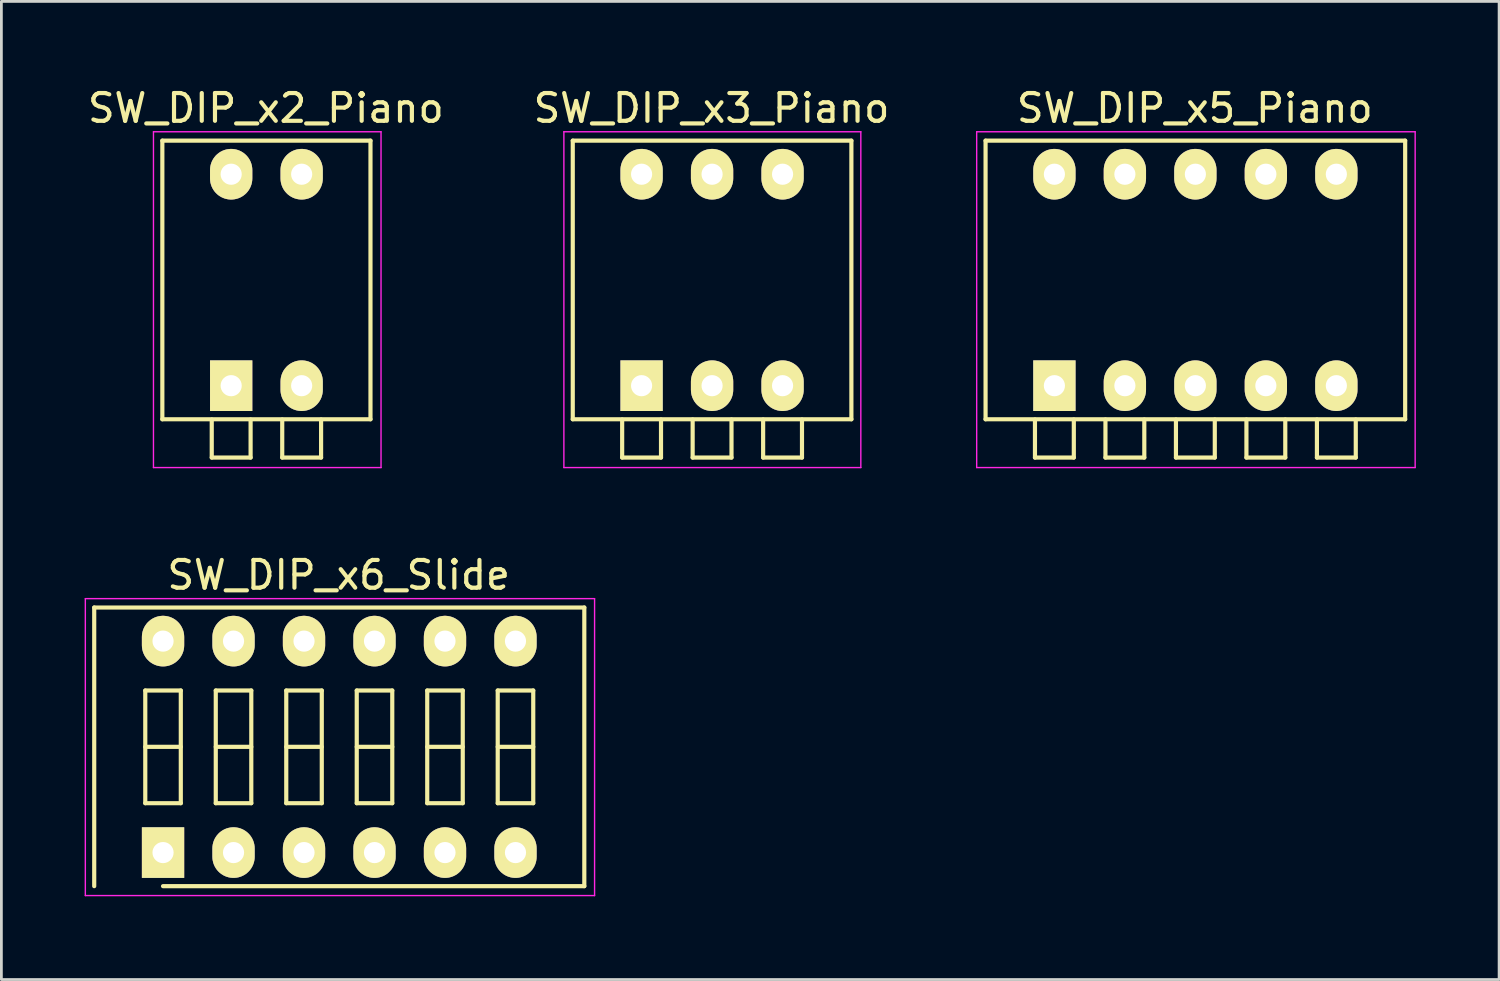
<source format=kicad_pcb>
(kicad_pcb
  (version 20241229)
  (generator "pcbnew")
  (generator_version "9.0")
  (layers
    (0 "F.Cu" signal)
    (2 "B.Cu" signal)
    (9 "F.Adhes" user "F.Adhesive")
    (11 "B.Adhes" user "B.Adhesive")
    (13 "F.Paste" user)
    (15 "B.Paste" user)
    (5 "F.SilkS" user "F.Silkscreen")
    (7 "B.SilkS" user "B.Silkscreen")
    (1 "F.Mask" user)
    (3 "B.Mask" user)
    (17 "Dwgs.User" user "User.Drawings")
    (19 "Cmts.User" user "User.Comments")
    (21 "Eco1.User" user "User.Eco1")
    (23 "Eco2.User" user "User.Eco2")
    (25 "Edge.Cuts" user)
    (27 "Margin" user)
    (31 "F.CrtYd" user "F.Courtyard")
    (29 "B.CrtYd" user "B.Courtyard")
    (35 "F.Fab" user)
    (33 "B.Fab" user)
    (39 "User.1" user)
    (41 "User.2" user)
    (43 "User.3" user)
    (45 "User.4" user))
  (footprint "SW_DIP_x3_Piano"
    (layer "F.Cu")
    (at 20.069 10.848)
    (property "Reference" "SW_DIP_x3_Piano" (at 2.52 -10 0) (layer "F.SilkS") (effects (font (size 1 1) (thickness 0.15))))
    (attr through_hole)
    (fp_line (start -2.48 -8.83) (end 7.56 -8.83) (stroke (width 0.15) (type solid)) (layer "F.SilkS"))
    (fp_line (start -2.48 1.21) (end -2.48 -8.83) (stroke (width 0.15) (type solid)) (layer "F.SilkS"))
    (fp_line (start -0.7 1.22) (end -0.7 2.59) (stroke (width 0.15) (type solid)) (layer "F.SilkS"))
    (fp_line (start -0.7 2.59) (end 0.7 2.59) (stroke (width 0.15) (type solid)) (layer "F.SilkS"))
    (fp_line (start 0.7 2.59) (end 0.7 1.22) (stroke (width 0.15) (type solid)) (layer "F.SilkS"))
    (fp_line (start 1.84 1.22) (end 1.84 2.59) (stroke (width 0.15) (type solid)) (layer "F.SilkS"))
    (fp_line (start 1.84 2.59) (end 3.24 2.59) (stroke (width 0.15) (type solid)) (layer "F.SilkS"))
    (fp_line (start 3.24 2.59) (end 3.24 1.22) (stroke (width 0.15) (type solid)) (layer "F.SilkS"))
    (fp_line (start 4.38 1.22) (end 4.38 2.59) (stroke (width 0.15) (type solid)) (layer "F.SilkS"))
    (fp_line (start 4.38 2.59) (end 5.78 2.59) (stroke (width 0.15) (type solid)) (layer "F.SilkS"))
    (fp_line (start 5.78 2.59) (end 5.78 1.22) (stroke (width 0.15) (type solid)) (layer "F.SilkS"))
    (fp_line (start 7.56 -8.83) (end 7.56 1.21) (stroke (width 0.15) (type solid)) (layer "F.SilkS"))
    (fp_line (start 7.56 1.21) (end -2.48 1.21) (stroke (width 0.15) (type solid)) (layer "F.SilkS"))
    (fp_line (start -2.8 -9.15) (end -2.8 2.95) (stroke (width 0.05) (type solid)) (layer "F.CrtYd"))
    (fp_line (start -2.8 2.95) (end 7.9 2.95) (stroke (width 0.05) (type solid)) (layer "F.CrtYd"))
    (fp_line (start 7.9 -9.15) (end -2.8 -9.15) (stroke (width 0.05) (type solid)) (layer "F.CrtYd"))
    (fp_line (start 7.9 2.95) (end 7.9 -9.15) (stroke (width 0.05) (type solid)) (layer "F.CrtYd"))
    (pad "1" thru_hole rect (at 0 0) (size 1.524 1.824) (drill 0.762) (layers "*.Cu" "*.Mask" "F.SilkS"))
    (pad "2" thru_hole oval (at 2.54 0) (size 1.524 1.824) (drill 0.762) (layers "*.Cu" "*.Mask" "F.SilkS"))
    (pad "3" thru_hole oval (at 5.08 0) (size 1.524 1.824) (drill 0.762) (layers "*.Cu" "*.Mask" "F.SilkS"))
    (pad "4" thru_hole oval (at 5.08 -7.62) (size 1.524 1.824) (drill 0.762) (layers "*.Cu" "*.Mask" "F.SilkS"))
    (pad "5" thru_hole oval (at 2.54 -7.62) (size 1.524 1.824) (drill 0.762) (layers "*.Cu" "*.Mask" "F.SilkS"))
    (pad "6" thru_hole oval (at 0 -7.62) (size 1.524 1.824) (drill 0.762) (layers "*.Cu" "*.Mask" "F.SilkS")))
  (footprint "SW_DIP_x6_Slide"
    (layer "F.Cu")
    (at 2.825 27.672)
    (property "Reference" "SW_DIP_x6_Slide" (at 6.33 -10 0) (layer "F.SilkS") (effects (font (size 1 1) (thickness 0.15))))
    (attr through_hole)
    (fp_line (start -2.48 -8.83) (end 15.18 -8.83) (stroke (width 0.15) (type solid)) (layer "F.SilkS"))
    (fp_line (start -2.48 1.21) (end -2.48 -8.83) (stroke (width 0.15) (type solid)) (layer "F.SilkS"))
    (fp_line (start -0.64 -5.84) (end -0.64 -1.78) (stroke (width 0.15) (type solid)) (layer "F.SilkS"))
    (fp_line (start -0.64 -3.81) (end 0.64 -3.81) (stroke (width 0.15) (type solid)) (layer "F.SilkS"))
    (fp_line (start -0.64 -1.78) (end 0.64 -1.78) (stroke (width 0.15) (type solid)) (layer "F.SilkS"))
    (fp_line (start 0.64 -5.84) (end -0.64 -5.84) (stroke (width 0.15) (type solid)) (layer "F.SilkS"))
    (fp_line (start 0.64 -1.78) (end 0.64 -5.84) (stroke (width 0.15) (type solid)) (layer "F.SilkS"))
    (fp_line (start 1.9 -5.84) (end 1.9 -1.78) (stroke (width 0.15) (type solid)) (layer "F.SilkS"))
    (fp_line (start 1.9 -3.81) (end 3.18 -3.81) (stroke (width 0.15) (type solid)) (layer "F.SilkS"))
    (fp_line (start 1.9 -1.78) (end 3.18 -1.78) (stroke (width 0.15) (type solid)) (layer "F.SilkS"))
    (fp_line (start 3.18 -5.84) (end 1.9 -5.84) (stroke (width 0.15) (type solid)) (layer "F.SilkS"))
    (fp_line (start 3.18 -1.78) (end 3.18 -5.84) (stroke (width 0.15) (type solid)) (layer "F.SilkS"))
    (fp_line (start 4.44 -5.84) (end 4.44 -1.78) (stroke (width 0.15) (type solid)) (layer "F.SilkS"))
    (fp_line (start 4.44 -3.81) (end 5.72 -3.81) (stroke (width 0.15) (type solid)) (layer "F.SilkS"))
    (fp_line (start 4.44 -1.78) (end 5.72 -1.78) (stroke (width 0.15) (type solid)) (layer "F.SilkS"))
    (fp_line (start 5.72 -5.84) (end 4.44 -5.84) (stroke (width 0.15) (type solid)) (layer "F.SilkS"))
    (fp_line (start 5.72 -1.78) (end 5.72 -5.84) (stroke (width 0.15) (type solid)) (layer "F.SilkS"))
    (fp_line (start 6.98 -5.84) (end 6.98 -1.78) (stroke (width 0.15) (type solid)) (layer "F.SilkS"))
    (fp_line (start 6.98 -3.81) (end 8.26 -3.81) (stroke (width 0.15) (type solid)) (layer "F.SilkS"))
    (fp_line (start 6.98 -1.78) (end 8.26 -1.78) (stroke (width 0.15) (type solid)) (layer "F.SilkS"))
    (fp_line (start 8.26 -5.84) (end 6.98 -5.84) (stroke (width 0.15) (type solid)) (layer "F.SilkS"))
    (fp_line (start 8.26 -1.78) (end 8.26 -5.84) (stroke (width 0.15) (type solid)) (layer "F.SilkS"))
    (fp_line (start 9.52 -5.84) (end 9.52 -1.78) (stroke (width 0.15) (type solid)) (layer "F.SilkS"))
    (fp_line (start 9.52 -3.81) (end 10.8 -3.81) (stroke (width 0.15) (type solid)) (layer "F.SilkS"))
    (fp_line (start 9.52 -1.78) (end 10.8 -1.78) (stroke (width 0.15) (type solid)) (layer "F.SilkS"))
    (fp_line (start 10.8 -5.84) (end 9.52 -5.84) (stroke (width 0.15) (type solid)) (layer "F.SilkS"))
    (fp_line (start 10.8 -1.78) (end 10.8 -5.84) (stroke (width 0.15) (type solid)) (layer "F.SilkS"))
    (fp_line (start 12.06 -5.84) (end 12.06 -1.78) (stroke (width 0.15) (type solid)) (layer "F.SilkS"))
    (fp_line (start 12.06 -3.81) (end 13.34 -3.81) (stroke (width 0.15) (type solid)) (layer "F.SilkS"))
    (fp_line (start 12.06 -1.78) (end 13.34 -1.78) (stroke (width 0.15) (type solid)) (layer "F.SilkS"))
    (fp_line (start 13.34 -5.84) (end 12.06 -5.84) (stroke (width 0.15) (type solid)) (layer "F.SilkS"))
    (fp_line (start 13.34 -1.78) (end 13.34 -5.84) (stroke (width 0.15) (type solid)) (layer "F.SilkS"))
    (fp_line (start 15.18 -8.83) (end 15.18 1.21) (stroke (width 0.15) (type solid)) (layer "F.SilkS"))
    (fp_line (start 15.18 1.21) (end 0 1.21) (stroke (width 0.15) (type solid)) (layer "F.SilkS"))
    (fp_line (start -2.8 -9.15) (end -2.8 1.55) (stroke (width 0.05) (type solid)) (layer "F.CrtYd"))
    (fp_line (start -2.8 1.55) (end 15.55 1.55) (stroke (width 0.05) (type solid)) (layer "F.CrtYd"))
    (fp_line (start 15.55 -9.15) (end -2.8 -9.15) (stroke (width 0.05) (type solid)) (layer "F.CrtYd"))
    (fp_line (start 15.55 1.55) (end 15.55 -9.15) (stroke (width 0.05) (type solid)) (layer "F.CrtYd"))
    (pad "1" thru_hole rect (at 0 0) (size 1.524 1.824) (drill 0.762) (layers "*.Cu" "*.Mask" "F.SilkS"))
    (pad "2" thru_hole oval (at 2.54 0) (size 1.524 1.824) (drill 0.762) (layers "*.Cu" "*.Mask" "F.SilkS"))
    (pad "3" thru_hole oval (at 5.08 0) (size 1.524 1.824) (drill 0.762) (layers "*.Cu" "*.Mask" "F.SilkS"))
    (pad "4" thru_hole oval (at 7.62 0) (size 1.524 1.824) (drill 0.762) (layers "*.Cu" "*.Mask" "F.SilkS"))
    (pad "5" thru_hole oval (at 10.16 0) (size 1.524 1.824) (drill 0.762) (layers "*.Cu" "*.Mask" "F.SilkS"))
    (pad "6" thru_hole oval (at 12.7 0) (size 1.524 1.824) (drill 0.762) (layers "*.Cu" "*.Mask" "F.SilkS"))
    (pad "7" thru_hole oval (at 12.7 -7.62) (size 1.524 1.824) (drill 0.762) (layers "*.Cu" "*.Mask" "F.SilkS"))
    (pad "8" thru_hole oval (at 10.16 -7.62) (size 1.524 1.824) (drill 0.762) (layers "*.Cu" "*.Mask" "F.SilkS"))
    (pad "9" thru_hole oval (at 7.62 -7.62) (size 1.524 1.824) (drill 0.762) (layers "*.Cu" "*.Mask" "F.SilkS"))
    (pad "10" thru_hole oval (at 5.08 -7.62) (size 1.524 1.824) (drill 0.762) (layers "*.Cu" "*.Mask" "F.SilkS"))
    (pad "11" thru_hole oval (at 2.54 -7.62) (size 1.524 1.824) (drill 0.762) (layers "*.Cu" "*.Mask" "F.SilkS"))
    (pad "12" thru_hole oval (at 0 -7.62) (size 1.524 1.824) (drill 0.762) (layers "*.Cu" "*.Mask" "F.SilkS")))
  (footprint "SW_DIP_x5_Piano"
    (layer "F.Cu")
    (at 34.944 10.848)
    (property "Reference" "SW_DIP_x5_Piano" (at 5.06 -10 0) (layer "F.SilkS") (effects (font (size 1 1) (thickness 0.15))))
    (attr through_hole)
    (fp_line (start -2.48 -8.83) (end 12.64 -8.83) (stroke (width 0.15) (type solid)) (layer "F.SilkS"))
    (fp_line (start -2.48 1.21) (end -2.48 -8.83) (stroke (width 0.15) (type solid)) (layer "F.SilkS"))
    (fp_line (start -0.7 1.22) (end -0.7 2.59) (stroke (width 0.15) (type solid)) (layer "F.SilkS"))
    (fp_line (start -0.7 2.59) (end 0.7 2.59) (stroke (width 0.15) (type solid)) (layer "F.SilkS"))
    (fp_line (start 0.7 2.59) (end 0.7 1.22) (stroke (width 0.15) (type solid)) (layer "F.SilkS"))
    (fp_line (start 1.84 1.22) (end 1.84 2.59) (stroke (width 0.15) (type solid)) (layer "F.SilkS"))
    (fp_line (start 1.84 2.59) (end 3.24 2.59) (stroke (width 0.15) (type solid)) (layer "F.SilkS"))
    (fp_line (start 3.24 2.59) (end 3.24 1.22) (stroke (width 0.15) (type solid)) (layer "F.SilkS"))
    (fp_line (start 4.38 1.22) (end 4.38 2.59) (stroke (width 0.15) (type solid)) (layer "F.SilkS"))
    (fp_line (start 4.38 2.59) (end 5.78 2.59) (stroke (width 0.15) (type solid)) (layer "F.SilkS"))
    (fp_line (start 5.78 2.59) (end 5.78 1.22) (stroke (width 0.15) (type solid)) (layer "F.SilkS"))
    (fp_line (start 6.92 1.22) (end 6.92 2.59) (stroke (width 0.15) (type solid)) (layer "F.SilkS"))
    (fp_line (start 6.92 2.59) (end 8.32 2.59) (stroke (width 0.15) (type solid)) (layer "F.SilkS"))
    (fp_line (start 8.32 2.59) (end 8.32 1.22) (stroke (width 0.15) (type solid)) (layer "F.SilkS"))
    (fp_line (start 9.46 1.22) (end 9.46 2.59) (stroke (width 0.15) (type solid)) (layer "F.SilkS"))
    (fp_line (start 9.46 2.59) (end 10.86 2.59) (stroke (width 0.15) (type solid)) (layer "F.SilkS"))
    (fp_line (start 10.86 2.59) (end 10.86 1.22) (stroke (width 0.15) (type solid)) (layer "F.SilkS"))
    (fp_line (start 12.64 -8.83) (end 12.64 1.21) (stroke (width 0.15) (type solid)) (layer "F.SilkS"))
    (fp_line (start 12.64 1.21) (end -2.48 1.21) (stroke (width 0.15) (type solid)) (layer "F.SilkS"))
    (fp_line (start -2.8 -9.15) (end -2.8 2.95) (stroke (width 0.05) (type solid)) (layer "F.CrtYd"))
    (fp_line (start -2.8 2.95) (end 13 2.95) (stroke (width 0.05) (type solid)) (layer "F.CrtYd"))
    (fp_line (start 13 -9.15) (end -2.8 -9.15) (stroke (width 0.05) (type solid)) (layer "F.CrtYd"))
    (fp_line (start 13 2.95) (end 13 -9.15) (stroke (width 0.05) (type solid)) (layer "F.CrtYd"))
    (pad "1" thru_hole rect (at 0 0) (size 1.524 1.824) (drill 0.762) (layers "*.Cu" "*.Mask" "F.SilkS"))
    (pad "2" thru_hole oval (at 2.54 0) (size 1.524 1.824) (drill 0.762) (layers "*.Cu" "*.Mask" "F.SilkS"))
    (pad "3" thru_hole oval (at 5.08 0) (size 1.524 1.824) (drill 0.762) (layers "*.Cu" "*.Mask" "F.SilkS"))
    (pad "4" thru_hole oval (at 7.62 0) (size 1.524 1.824) (drill 0.762) (layers "*.Cu" "*.Mask" "F.SilkS"))
    (pad "5" thru_hole oval (at 10.16 0) (size 1.524 1.824) (drill 0.762) (layers "*.Cu" "*.Mask" "F.SilkS"))
    (pad "6" thru_hole oval (at 10.16 -7.62) (size 1.524 1.824) (drill 0.762) (layers "*.Cu" "*.Mask" "F.SilkS"))
    (pad "7" thru_hole oval (at 7.62 -7.62) (size 1.524 1.824) (drill 0.762) (layers "*.Cu" "*.Mask" "F.SilkS"))
    (pad "8" thru_hole oval (at 5.08 -7.62) (size 1.524 1.824) (drill 0.762) (layers "*.Cu" "*.Mask" "F.SilkS"))
    (pad "9" thru_hole oval (at 2.54 -7.62) (size 1.524 1.824) (drill 0.762) (layers "*.Cu" "*.Mask" "F.SilkS"))
    (pad "10" thru_hole oval (at 0 -7.62) (size 1.524 1.824) (drill 0.762) (layers "*.Cu" "*.Mask" "F.SilkS")))
  (footprint "SW_DIP_x2_Piano"
    (layer "F.Cu")
    (at 5.28 10.848)
    (property "Reference" "SW_DIP_x2_Piano" (at 1.25 -10 0) (layer "F.SilkS") (effects (font (size 1 1) (thickness 0.15))))
    (attr through_hole)
    (fp_line (start -2.48 -8.83) (end 5.02 -8.83) (stroke (width 0.15) (type solid)) (layer "F.SilkS"))
    (fp_line (start -2.48 1.21) (end -2.48 -8.83) (stroke (width 0.15) (type solid)) (layer "F.SilkS"))
    (fp_line (start -0.7 1.22) (end -0.7 2.59) (stroke (width 0.15) (type solid)) (layer "F.SilkS"))
    (fp_line (start -0.7 2.59) (end 0.7 2.59) (stroke (width 0.15) (type solid)) (layer "F.SilkS"))
    (fp_line (start 0.7 2.59) (end 0.7 1.22) (stroke (width 0.15) (type solid)) (layer "F.SilkS"))
    (fp_line (start 1.84 1.22) (end 1.84 2.59) (stroke (width 0.15) (type solid)) (layer "F.SilkS"))
    (fp_line (start 1.84 2.59) (end 3.24 2.59) (stroke (width 0.15) (type solid)) (layer "F.SilkS"))
    (fp_line (start 3.24 2.59) (end 3.24 1.22) (stroke (width 0.15) (type solid)) (layer "F.SilkS"))
    (fp_line (start 5.02 -8.83) (end 5.02 1.21) (stroke (width 0.15) (type solid)) (layer "F.SilkS"))
    (fp_line (start 5.02 1.21) (end -2.48 1.21) (stroke (width 0.15) (type solid)) (layer "F.SilkS"))
    (fp_line (start -2.8 -9.15) (end -2.8 2.95) (stroke (width 0.05) (type solid)) (layer "F.CrtYd"))
    (fp_line (start -2.8 2.95) (end 5.4 2.95) (stroke (width 0.05) (type solid)) (layer "F.CrtYd"))
    (fp_line (start 5.4 -9.15) (end -2.8 -9.15) (stroke (width 0.05) (type solid)) (layer "F.CrtYd"))
    (fp_line (start 5.4 2.95) (end 5.4 -9.15) (stroke (width 0.05) (type solid)) (layer "F.CrtYd"))
    (pad "1" thru_hole rect (at 0 0) (size 1.524 1.824) (drill 0.762) (layers "*.Cu" "*.Mask" "F.SilkS"))
    (pad "2" thru_hole oval (at 2.54 0) (size 1.524 1.824) (drill 0.762) (layers "*.Cu" "*.Mask" "F.SilkS"))
    (pad "3" thru_hole oval (at 2.54 -7.62) (size 1.524 1.824) (drill 0.762) (layers "*.Cu" "*.Mask" "F.SilkS"))
    (pad "4" thru_hole oval (at 0 -7.62) (size 1.524 1.824) (drill 0.762) (layers "*.Cu" "*.Mask" "F.SilkS")))
  (gr_rect
    (start -3 -3)
    (end 50.969 32.246)
    (stroke (width 0.1) (type default))
    (fill no)
    (layer "Edge.Cuts")))
</source>
